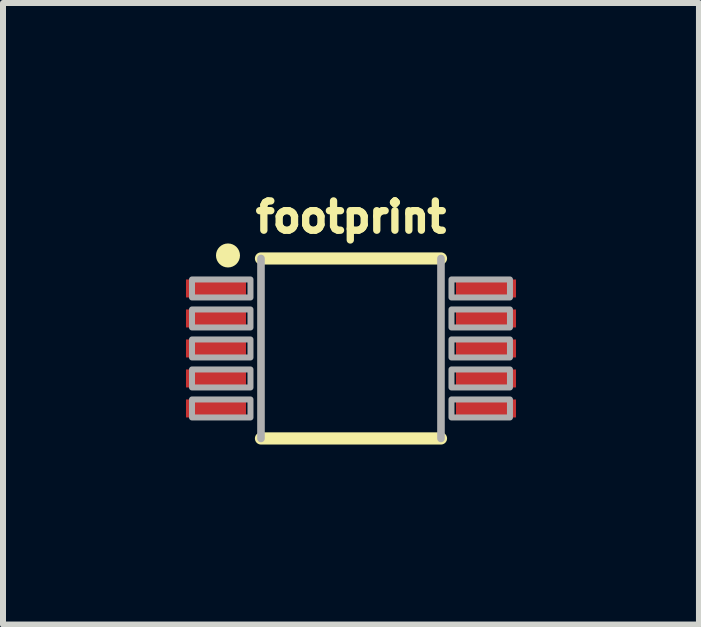
<source format=kicad_pcb>
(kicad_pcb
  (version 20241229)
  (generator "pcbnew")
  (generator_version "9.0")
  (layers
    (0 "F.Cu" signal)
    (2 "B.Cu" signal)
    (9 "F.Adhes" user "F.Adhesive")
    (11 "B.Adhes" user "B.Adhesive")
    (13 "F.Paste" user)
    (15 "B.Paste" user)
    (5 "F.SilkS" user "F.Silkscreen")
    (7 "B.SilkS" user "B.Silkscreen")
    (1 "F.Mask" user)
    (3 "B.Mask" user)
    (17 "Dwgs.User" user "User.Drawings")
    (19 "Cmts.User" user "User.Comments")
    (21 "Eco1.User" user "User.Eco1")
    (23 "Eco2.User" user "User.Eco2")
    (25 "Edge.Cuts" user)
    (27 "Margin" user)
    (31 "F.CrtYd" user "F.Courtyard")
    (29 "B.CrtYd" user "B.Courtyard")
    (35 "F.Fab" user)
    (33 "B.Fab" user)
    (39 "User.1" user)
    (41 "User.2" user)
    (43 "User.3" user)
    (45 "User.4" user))
  (footprint "footprint"
    (layer "F.Cu")
    (at 2.8 2.758)
    (property "Reference" "footprint" (at 0 -1.905 0) (layer "F.SilkS") (effects (font (size 0.488 0.488) (thickness 0.122)) (justify bottom)))
    (fp_poly (pts (xy -2.8 -1.2) (xy -2.8 -0.8) (xy -1.7 -0.8) (xy -1.7 -1.2)) (stroke (width 0) (type solid)) (fill yes) (layer "F.Mask"))
    (fp_poly (pts (xy -2.8 -0.7) (xy -2.8 -0.3) (xy -1.7 -0.3) (xy -1.7 -0.7)) (stroke (width 0) (type solid)) (fill yes) (layer "F.Mask"))
    (fp_poly (pts (xy -2.8 -0.2) (xy -2.8 0.2) (xy -1.7 0.2) (xy -1.7 -0.2)) (stroke (width 0) (type solid)) (fill yes) (layer "F.Mask"))
    (fp_poly (pts (xy -2.8 0.3) (xy -2.8 0.7) (xy -1.7 0.7) (xy -1.7 0.3)) (stroke (width 0) (type solid)) (fill yes) (layer "F.Mask"))
    (fp_poly (pts (xy -2.8 0.8) (xy -2.8 1.2) (xy -1.7 1.2) (xy -1.7 0.8)) (stroke (width 0) (type solid)) (fill yes) (layer "F.Mask"))
    (fp_poly (pts (xy 2.8 -0.8) (xy 2.8 -1.2) (xy 1.7 -1.2) (xy 1.7 -0.8)) (stroke (width 0) (type solid)) (fill yes) (layer "F.Mask"))
    (fp_poly (pts (xy 2.8 -0.3) (xy 2.8 -0.7) (xy 1.7 -0.7) (xy 1.7 -0.3)) (stroke (width 0) (type solid)) (fill yes) (layer "F.Mask"))
    (fp_poly (pts (xy 2.8 0.2) (xy 2.8 -0.2) (xy 1.7 -0.2) (xy 1.7 0.2)) (stroke (width 0) (type solid)) (fill yes) (layer "F.Mask"))
    (fp_poly (pts (xy 2.8 0.7) (xy 2.8 0.3) (xy 1.7 0.3) (xy 1.7 0.7)) (stroke (width 0) (type solid)) (fill yes) (layer "F.Mask"))
    (fp_poly (pts (xy 2.8 1.2) (xy 2.8 0.8) (xy 1.7 0.8) (xy 1.7 1.2)) (stroke (width 0) (type solid)) (fill yes) (layer "F.Mask"))
    (fp_line (start -1.5 1.5) (end 1.5 1.5) (stroke (width 0.203) (type solid)) (layer "F.SilkS"))
    (fp_line (start 1.5 -1.5) (end -1.5 -1.5) (stroke (width 0.203) (type solid)) (layer "F.SilkS"))
    (fp_circle (center -2.05 -1.55) (end -1.95 -1.55) (stroke (width 0.2) (type solid)) (fill yes) (layer "F.SilkS"))
    (fp_poly (pts (xy -2.7 -1.125) (xy -2.7 -0.875) (xy -1.825 -0.875) (xy -1.825 -1.125)) (stroke (width 0) (type solid)) (fill yes) (layer "F.Paste"))
    (fp_poly (pts (xy -2.7 -0.625) (xy -2.7 -0.375) (xy -1.825 -0.375) (xy -1.825 -0.625)) (stroke (width 0) (type solid)) (fill yes) (layer "F.Paste"))
    (fp_poly (pts (xy -2.7 -0.125) (xy -2.7 0.125) (xy -1.825 0.125) (xy -1.825 -0.125)) (stroke (width 0) (type solid)) (fill yes) (layer "F.Paste"))
    (fp_poly (pts (xy -2.7 0.375) (xy -2.7 0.625) (xy -1.825 0.625) (xy -1.825 0.375)) (stroke (width 0) (type solid)) (fill yes) (layer "F.Paste"))
    (fp_poly (pts (xy -2.7 0.875) (xy -2.7 1.125) (xy -1.825 1.125) (xy -1.825 0.875)) (stroke (width 0) (type solid)) (fill yes) (layer "F.Paste"))
    (fp_poly (pts (xy 2.7 -0.875) (xy 2.7 -1.125) (xy 1.825 -1.125) (xy 1.825 -0.875)) (stroke (width 0) (type solid)) (fill yes) (layer "F.Paste"))
    (fp_poly (pts (xy 2.7 -0.375) (xy 2.7 -0.625) (xy 1.825 -0.625) (xy 1.825 -0.375)) (stroke (width 0) (type solid)) (fill yes) (layer "F.Paste"))
    (fp_poly (pts (xy 2.7 0.125) (xy 2.7 -0.125) (xy 1.825 -0.125) (xy 1.825 0.125)) (stroke (width 0) (type solid)) (fill yes) (layer "F.Paste"))
    (fp_poly (pts (xy 2.7 0.625) (xy 2.7 0.375) (xy 1.825 0.375) (xy 1.825 0.625)) (stroke (width 0) (type solid)) (fill yes) (layer "F.Paste"))
    (fp_poly (pts (xy 2.7 1.125) (xy 2.7 0.875) (xy 1.825 0.875) (xy 1.825 1.125)) (stroke (width 0) (type solid)) (fill yes) (layer "F.Paste"))
    (fp_line (start -1.5 -1.5) (end -1.5 1.5) (stroke (width 0.127) (type solid)) (layer "F.Fab"))
    (fp_line (start 1.5 1.5) (end 1.5 -1.5) (stroke (width 0.127) (type solid)) (layer "F.Fab"))
    (fp_poly (pts (xy -2.65 -1.15) (xy -2.65 -0.85) (xy -1.675 -0.85) (xy -1.675 -1.15)) (stroke (width 0.1) (type solid)) (fill no) (layer "F.Fab"))
    (fp_poly (pts (xy -2.65 -0.65) (xy -2.65 -0.35) (xy -1.675 -0.35) (xy -1.675 -0.65)) (stroke (width 0.1) (type solid)) (fill no) (layer "F.Fab"))
    (fp_poly (pts (xy -2.65 -0.15) (xy -2.65 0.15) (xy -1.675 0.15) (xy -1.675 -0.15)) (stroke (width 0.1) (type solid)) (fill no) (layer "F.Fab"))
    (fp_poly (pts (xy -2.65 0.35) (xy -2.65 0.65) (xy -1.675 0.65) (xy -1.675 0.35)) (stroke (width 0.1) (type solid)) (fill no) (layer "F.Fab"))
    (fp_poly (pts (xy -2.65 0.85) (xy -2.65 1.15) (xy -1.675 1.15) (xy -1.675 0.85)) (stroke (width 0.1) (type solid)) (fill no) (layer "F.Fab"))
    (fp_poly (pts (xy 2.65 -0.85) (xy 2.65 -1.15) (xy 1.675 -1.15) (xy 1.675 -0.85)) (stroke (width 0.1) (type solid)) (fill no) (layer "F.Fab"))
    (fp_poly (pts (xy 2.65 -0.35) (xy 2.65 -0.65) (xy 1.675 -0.65) (xy 1.675 -0.35)) (stroke (width 0.1) (type solid)) (fill no) (layer "F.Fab"))
    (fp_poly (pts (xy 2.65 0.15) (xy 2.65 -0.15) (xy 1.675 -0.15) (xy 1.675 0.15)) (stroke (width 0.1) (type solid)) (fill no) (layer "F.Fab"))
    (fp_poly (pts (xy 2.65 0.65) (xy 2.65 0.35) (xy 1.675 0.35) (xy 1.675 0.65)) (stroke (width 0.1) (type solid)) (fill no) (layer "F.Fab"))
    (fp_poly (pts (xy 2.65 1.15) (xy 2.65 0.85) (xy 1.675 0.85) (xy 1.675 1.15)) (stroke (width 0.1) (type solid)) (fill no) (layer "F.Fab"))
    (pad "1" smd rect (at -2.25 -1 270) (size 0.3 1) (layers "F.Cu"))
    (pad "2" smd rect (at -2.25 -0.5 270) (size 0.3 1) (layers "F.Cu"))
    (pad "3" smd rect (at -2.25 0 270) (size 0.3 1) (layers "F.Cu"))
    (pad "4" smd rect (at -2.25 0.5 270) (size 0.3 1) (layers "F.Cu"))
    (pad "5" smd rect (at -2.25 1 270) (size 0.3 1) (layers "F.Cu"))
    (pad "6" smd rect (at 2.25 1 90) (size 0.3 1) (layers "F.Cu"))
    (pad "7" smd rect (at 2.25 0.5 90) (size 0.3 1) (layers "F.Cu"))
    (pad "8" smd rect (at 2.25 0 90) (size 0.3 1) (layers "F.Cu"))
    (pad "9" smd rect (at 2.25 -0.5 90) (size 0.3 1) (layers "F.Cu"))
    (pad "10" smd rect (at 2.25 -1 90) (size 0.3 1) (layers "F.Cu")))
  (gr_rect
    (start -3 -3)
    (end 8.6 7.36)
    (stroke (width 0.1) (type default))
    (fill no)
    (layer "Edge.Cuts")))
</source>
